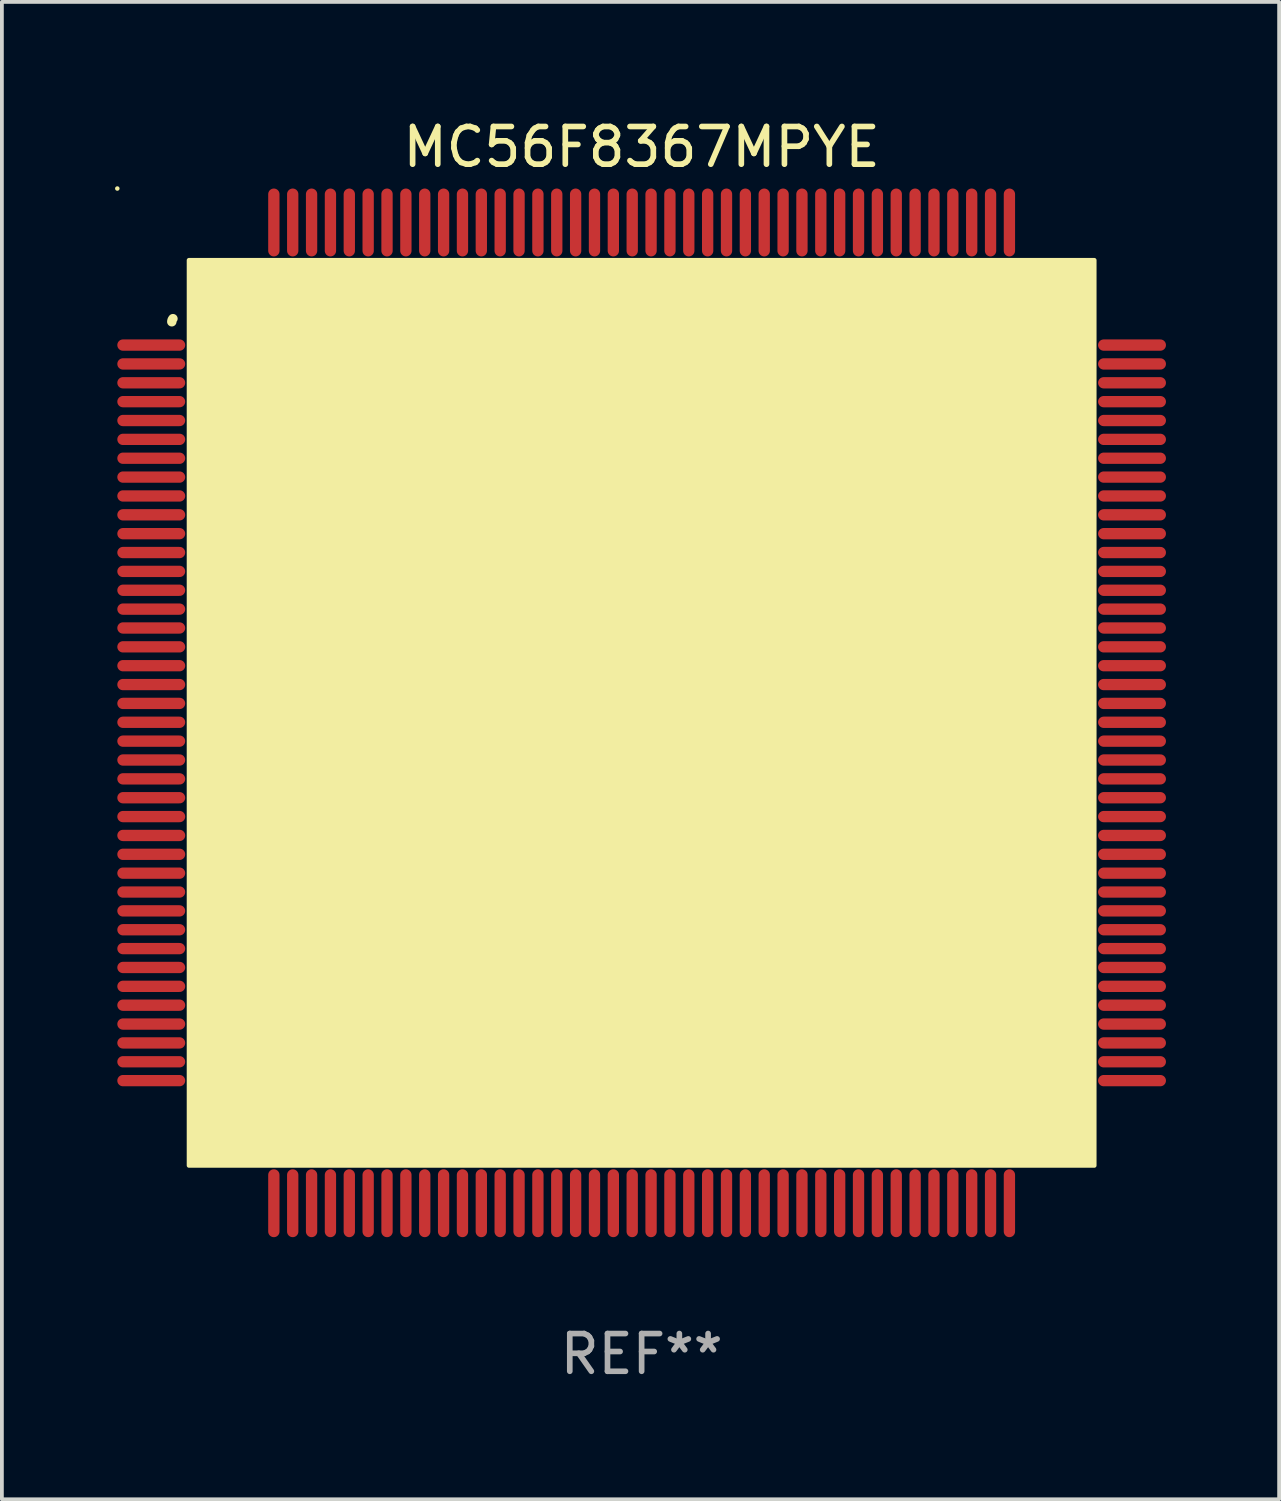
<source format=kicad_pcb>
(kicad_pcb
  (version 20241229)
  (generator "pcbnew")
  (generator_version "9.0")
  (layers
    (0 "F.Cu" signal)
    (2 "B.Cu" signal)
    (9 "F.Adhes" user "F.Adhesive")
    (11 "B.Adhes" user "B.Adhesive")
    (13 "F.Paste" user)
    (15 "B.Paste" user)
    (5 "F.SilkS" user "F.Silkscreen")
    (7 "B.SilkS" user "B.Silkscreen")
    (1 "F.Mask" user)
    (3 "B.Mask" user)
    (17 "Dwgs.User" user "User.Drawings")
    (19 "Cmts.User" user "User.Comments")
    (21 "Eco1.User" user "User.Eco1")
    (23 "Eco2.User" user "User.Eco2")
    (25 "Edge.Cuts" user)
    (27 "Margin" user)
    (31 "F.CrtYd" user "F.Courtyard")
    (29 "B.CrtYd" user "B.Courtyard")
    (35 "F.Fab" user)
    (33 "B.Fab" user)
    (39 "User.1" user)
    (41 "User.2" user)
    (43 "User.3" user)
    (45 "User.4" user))
  (footprint "MC56F8367MPYE"
    (layer "F.Cu")
    (at 13.96 15.848)
    (property "Reference" "MC56F8367MPYE" (at 0 -15 0) (layer "F.SilkS") (effects (font (size 1 1) (thickness 0.15))))
    (attr through_hole)
    (fp_arc (start -12.45555 -10.36792) (mid -12.447715 -10.411692) (end -12.42507 -10.449962) (stroke (width 0.249936) (type solid)) (layer "F.SilkS"))
    (fp_arc (start -9.968885 -10.145161) (mid -9.964159 -10.198324) (end -9.950089 -10.249809) (stroke (width 0.599949) (type solid)) (layer "F.SilkS"))
    (fp_circle (center -13.9 -13.9) (end -13.87 -13.9) (stroke (width 0.06) (type solid)) (fill no) (layer "F.SilkS"))
    (fp_poly (pts (xy -12 -12) (xy 12 -12) (xy 12 12) (xy -12 12)) (stroke (width 0.12) (type solid)) (fill yes) (layer "F.SilkS"))
    (fp_text user "REF**" (at 0 17 0) (layer "F.Fab") (effects (font (size 1 1) (thickness 0.15))))
    (pad "1" smd oval (at -13 -9.75) (size 1.8 0.3) (layers "F.Cu" "F.Mask" "F.Paste"))
    (pad "2" smd oval (at -13 -9.25) (size 1.8 0.3) (layers "F.Cu" "F.Mask" "F.Paste"))
    (pad "3" smd oval (at -13 -8.75) (size 1.8 0.3) (layers "F.Cu" "F.Mask" "F.Paste"))
    (pad "4" smd oval (at -13 -8.25) (size 1.8 0.3) (layers "F.Cu" "F.Mask" "F.Paste"))
    (pad "5" smd oval (at -13 -7.75) (size 1.8 0.3) (layers "F.Cu" "F.Mask" "F.Paste"))
    (pad "6" smd oval (at -13 -7.25) (size 1.8 0.3) (layers "F.Cu" "F.Mask" "F.Paste"))
    (pad "7" smd oval (at -13 -6.75) (size 1.8 0.3) (layers "F.Cu" "F.Mask" "F.Paste"))
    (pad "8" smd oval (at -13 -6.25) (size 1.8 0.3) (layers "F.Cu" "F.Mask" "F.Paste"))
    (pad "9" smd oval (at -13 -5.75) (size 1.8 0.3) (layers "F.Cu" "F.Mask" "F.Paste"))
    (pad "10" smd oval (at -13 -5.25) (size 1.8 0.3) (layers "F.Cu" "F.Mask" "F.Paste"))
    (pad "11" smd oval (at -13 -4.75) (size 1.8 0.3) (layers "F.Cu" "F.Mask" "F.Paste"))
    (pad "12" smd oval (at -13 -4.25) (size 1.8 0.3) (layers "F.Cu" "F.Mask" "F.Paste"))
    (pad "13" smd oval (at -13 -3.75) (size 1.8 0.3) (layers "F.Cu" "F.Mask" "F.Paste"))
    (pad "14" smd oval (at -13 -3.25) (size 1.8 0.3) (layers "F.Cu" "F.Mask" "F.Paste"))
    (pad "15" smd oval (at -13 -2.75) (size 1.8 0.3) (layers "F.Cu" "F.Mask" "F.Paste"))
    (pad "16" smd oval (at -13 -2.25) (size 1.8 0.3) (layers "F.Cu" "F.Mask" "F.Paste"))
    (pad "17" smd oval (at -13 -1.75) (size 1.8 0.3) (layers "F.Cu" "F.Mask" "F.Paste"))
    (pad "18" smd oval (at -13 -1.25) (size 1.8 0.3) (layers "F.Cu" "F.Mask" "F.Paste"))
    (pad "19" smd oval (at -13 -0.75) (size 1.8 0.3) (layers "F.Cu" "F.Mask" "F.Paste"))
    (pad "20" smd oval (at -13 -0.25) (size 1.8 0.3) (layers "F.Cu" "F.Mask" "F.Paste"))
    (pad "21" smd oval (at -13 0.25) (size 1.8 0.3) (layers "F.Cu" "F.Mask" "F.Paste"))
    (pad "22" smd oval (at -13 0.75) (size 1.8 0.3) (layers "F.Cu" "F.Mask" "F.Paste"))
    (pad "23" smd oval (at -13 1.25) (size 1.8 0.3) (layers "F.Cu" "F.Mask" "F.Paste"))
    (pad "24" smd oval (at -13 1.75) (size 1.8 0.3) (layers "F.Cu" "F.Mask" "F.Paste"))
    (pad "25" smd oval (at -13 2.25) (size 1.8 0.3) (layers "F.Cu" "F.Mask" "F.Paste"))
    (pad "26" smd oval (at -13 2.75) (size 1.8 0.3) (layers "F.Cu" "F.Mask" "F.Paste"))
    (pad "27" smd oval (at -13 3.25) (size 1.8 0.3) (layers "F.Cu" "F.Mask" "F.Paste"))
    (pad "28" smd oval (at -13 3.75) (size 1.8 0.3) (layers "F.Cu" "F.Mask" "F.Paste"))
    (pad "29" smd oval (at -13 4.25) (size 1.8 0.3) (layers "F.Cu" "F.Mask" "F.Paste"))
    (pad "30" smd oval (at -13 4.75) (size 1.8 0.3) (layers "F.Cu" "F.Mask" "F.Paste"))
    (pad "31" smd oval (at -13 5.25) (size 1.8 0.3) (layers "F.Cu" "F.Mask" "F.Paste"))
    (pad "32" smd oval (at -13 5.75) (size 1.8 0.3) (layers "F.Cu" "F.Mask" "F.Paste"))
    (pad "33" smd oval (at -13 6.25) (size 1.8 0.3) (layers "F.Cu" "F.Mask" "F.Paste"))
    (pad "34" smd oval (at -13 6.75) (size 1.8 0.3) (layers "F.Cu" "F.Mask" "F.Paste"))
    (pad "35" smd oval (at -13 7.25) (size 1.8 0.3) (layers "F.Cu" "F.Mask" "F.Paste"))
    (pad "36" smd oval (at -13 7.75) (size 1.8 0.3) (layers "F.Cu" "F.Mask" "F.Paste"))
    (pad "37" smd oval (at -13 8.25) (size 1.8 0.3) (layers "F.Cu" "F.Mask" "F.Paste"))
    (pad "38" smd oval (at -13 8.75) (size 1.8 0.3) (layers "F.Cu" "F.Mask" "F.Paste"))
    (pad "39" smd oval (at -13 9.25) (size 1.8 0.3) (layers "F.Cu" "F.Mask" "F.Paste"))
    (pad "40" smd oval (at -13 9.75) (size 1.8 0.3) (layers "F.Cu" "F.Mask" "F.Paste"))
    (pad "41" smd oval (at -9.75 13 90) (size 1.8 0.3) (layers "F.Cu" "F.Mask" "F.Paste"))
    (pad "42" smd oval (at -9.25 13 90) (size 1.8 0.3) (layers "F.Cu" "F.Mask" "F.Paste"))
    (pad "43" smd oval (at -8.75 13 90) (size 1.8 0.3) (layers "F.Cu" "F.Mask" "F.Paste"))
    (pad "44" smd oval (at -8.25 13 90) (size 1.8 0.3) (layers "F.Cu" "F.Mask" "F.Paste"))
    (pad "45" smd oval (at -7.75 13 90) (size 1.8 0.3) (layers "F.Cu" "F.Mask" "F.Paste"))
    (pad "46" smd oval (at -7.25 13 90) (size 1.8 0.3) (layers "F.Cu" "F.Mask" "F.Paste"))
    (pad "47" smd oval (at -6.75 13 90) (size 1.8 0.3) (layers "F.Cu" "F.Mask" "F.Paste"))
    (pad "48" smd oval (at -6.25 13 90) (size 1.8 0.3) (layers "F.Cu" "F.Mask" "F.Paste"))
    (pad "49" smd oval (at -5.75 13 90) (size 1.8 0.3) (layers "F.Cu" "F.Mask" "F.Paste"))
    (pad "50" smd oval (at -5.25 13 90) (size 1.8 0.3) (layers "F.Cu" "F.Mask" "F.Paste"))
    (pad "51" smd oval (at -4.75 13 90) (size 1.8 0.3) (layers "F.Cu" "F.Mask" "F.Paste"))
    (pad "52" smd oval (at -4.25 13 90) (size 1.8 0.3) (layers "F.Cu" "F.Mask" "F.Paste"))
    (pad "53" smd oval (at -3.75 13 90) (size 1.8 0.3) (layers "F.Cu" "F.Mask" "F.Paste"))
    (pad "54" smd oval (at -3.25 13 90) (size 1.8 0.3) (layers "F.Cu" "F.Mask" "F.Paste"))
    (pad "55" smd oval (at -2.75 13 90) (size 1.8 0.3) (layers "F.Cu" "F.Mask" "F.Paste"))
    (pad "56" smd oval (at -2.25 13 90) (size 1.8 0.3) (layers "F.Cu" "F.Mask" "F.Paste"))
    (pad "57" smd oval (at -1.75 13 90) (size 1.8 0.3) (layers "F.Cu" "F.Mask" "F.Paste"))
    (pad "58" smd oval (at -1.25 13 90) (size 1.8 0.3) (layers "F.Cu" "F.Mask" "F.Paste"))
    (pad "59" smd oval (at -0.75 13 90) (size 1.8 0.3) (layers "F.Cu" "F.Mask" "F.Paste"))
    (pad "60" smd oval (at -0.25 13 90) (size 1.8 0.3) (layers "F.Cu" "F.Mask" "F.Paste"))
    (pad "61" smd oval (at 0.25 13 90) (size 1.8 0.3) (layers "F.Cu" "F.Mask" "F.Paste"))
    (pad "62" smd oval (at 0.75 13 90) (size 1.8 0.3) (layers "F.Cu" "F.Mask" "F.Paste"))
    (pad "63" smd oval (at 1.25 13 90) (size 1.8 0.3) (layers "F.Cu" "F.Mask" "F.Paste"))
    (pad "64" smd oval (at 1.75 13 90) (size 1.8 0.3) (layers "F.Cu" "F.Mask" "F.Paste"))
    (pad "65" smd oval (at 2.25 13 90) (size 1.8 0.3) (layers "F.Cu" "F.Mask" "F.Paste"))
    (pad "66" smd oval (at 2.75 13 90) (size 1.8 0.3) (layers "F.Cu" "F.Mask" "F.Paste"))
    (pad "67" smd oval (at 3.25 13 90) (size 1.8 0.3) (layers "F.Cu" "F.Mask" "F.Paste"))
    (pad "68" smd oval (at 3.75 13 90) (size 1.8 0.3) (layers "F.Cu" "F.Mask" "F.Paste"))
    (pad "69" smd oval (at 4.25 13 90) (size 1.8 0.3) (layers "F.Cu" "F.Mask" "F.Paste"))
    (pad "70" smd oval (at 4.75 13 90) (size 1.8 0.3) (layers "F.Cu" "F.Mask" "F.Paste"))
    (pad "71" smd oval (at 5.25 13 90) (size 1.8 0.3) (layers "F.Cu" "F.Mask" "F.Paste"))
    (pad "72" smd oval (at 5.75 13 90) (size 1.8 0.3) (layers "F.Cu" "F.Mask" "F.Paste"))
    (pad "73" smd oval (at 6.25 13 90) (size 1.8 0.3) (layers "F.Cu" "F.Mask" "F.Paste"))
    (pad "74" smd oval (at 6.75 13 90) (size 1.8 0.3) (layers "F.Cu" "F.Mask" "F.Paste"))
    (pad "75" smd oval (at 7.25 13 90) (size 1.8 0.3) (layers "F.Cu" "F.Mask" "F.Paste"))
    (pad "76" smd oval (at 7.75 13 90) (size 1.8 0.3) (layers "F.Cu" "F.Mask" "F.Paste"))
    (pad "77" smd oval (at 8.25 13 90) (size 1.8 0.3) (layers "F.Cu" "F.Mask" "F.Paste"))
    (pad "78" smd oval (at 8.75 13 90) (size 1.8 0.3) (layers "F.Cu" "F.Mask" "F.Paste"))
    (pad "79" smd oval (at 9.25 13 90) (size 1.8 0.3) (layers "F.Cu" "F.Mask" "F.Paste"))
    (pad "80" smd oval (at 9.75 13 90) (size 1.8 0.3) (layers "F.Cu" "F.Mask" "F.Paste"))
    (pad "81" smd oval (at 13 9.75) (size 1.8 0.3) (layers "F.Cu" "F.Mask" "F.Paste"))
    (pad "82" smd oval (at 13 9.25) (size 1.8 0.3) (layers "F.Cu" "F.Mask" "F.Paste"))
    (pad "83" smd oval (at 13 8.75) (size 1.8 0.3) (layers "F.Cu" "F.Mask" "F.Paste"))
    (pad "84" smd oval (at 13 8.25) (size 1.8 0.3) (layers "F.Cu" "F.Mask" "F.Paste"))
    (pad "85" smd oval (at 13 7.75) (size 1.8 0.3) (layers "F.Cu" "F.Mask" "F.Paste"))
    (pad "86" smd oval (at 13 7.25) (size 1.8 0.3) (layers "F.Cu" "F.Mask" "F.Paste"))
    (pad "87" smd oval (at 13 6.75) (size 1.8 0.3) (layers "F.Cu" "F.Mask" "F.Paste"))
    (pad "88" smd oval (at 13 6.25) (size 1.8 0.3) (layers "F.Cu" "F.Mask" "F.Paste"))
    (pad "89" smd oval (at 13 5.75) (size 1.8 0.3) (layers "F.Cu" "F.Mask" "F.Paste"))
    (pad "90" smd oval (at 13 5.25) (size 1.8 0.3) (layers "F.Cu" "F.Mask" "F.Paste"))
    (pad "91" smd oval (at 13 4.75) (size 1.8 0.3) (layers "F.Cu" "F.Mask" "F.Paste"))
    (pad "92" smd oval (at 13 4.25) (size 1.8 0.3) (layers "F.Cu" "F.Mask" "F.Paste"))
    (pad "93" smd oval (at 13 3.75) (size 1.8 0.3) (layers "F.Cu" "F.Mask" "F.Paste"))
    (pad "94" smd oval (at 13 3.25) (size 1.8 0.3) (layers "F.Cu" "F.Mask" "F.Paste"))
    (pad "95" smd oval (at 13 2.75) (size 1.8 0.3) (layers "F.Cu" "F.Mask" "F.Paste"))
    (pad "96" smd oval (at 13 2.25) (size 1.8 0.3) (layers "F.Cu" "F.Mask" "F.Paste"))
    (pad "97" smd oval (at 13 1.75) (size 1.8 0.3) (layers "F.Cu" "F.Mask" "F.Paste"))
    (pad "98" smd oval (at 13 1.25) (size 1.8 0.3) (layers "F.Cu" "F.Mask" "F.Paste"))
    (pad "99" smd oval (at 13 0.75) (size 1.8 0.3) (layers "F.Cu" "F.Mask" "F.Paste"))
    (pad "100" smd oval (at 13 0.25) (size 1.8 0.3) (layers "F.Cu" "F.Mask" "F.Paste"))
    (pad "101" smd oval (at 13 -0.25) (size 1.8 0.3) (layers "F.Cu" "F.Mask" "F.Paste"))
    (pad "102" smd oval (at 13 -0.75) (size 1.8 0.3) (layers "F.Cu" "F.Mask" "F.Paste"))
    (pad "103" smd oval (at 13 -1.25) (size 1.8 0.3) (layers "F.Cu" "F.Mask" "F.Paste"))
    (pad "104" smd oval (at 13 -1.75) (size 1.8 0.3) (layers "F.Cu" "F.Mask" "F.Paste"))
    (pad "105" smd oval (at 13 -2.25) (size 1.8 0.3) (layers "F.Cu" "F.Mask" "F.Paste"))
    (pad "106" smd oval (at 13 -2.75) (size 1.8 0.3) (layers "F.Cu" "F.Mask" "F.Paste"))
    (pad "107" smd oval (at 13 -3.25) (size 1.8 0.3) (layers "F.Cu" "F.Mask" "F.Paste"))
    (pad "108" smd oval (at 13 -3.75) (size 1.8 0.3) (layers "F.Cu" "F.Mask" "F.Paste"))
    (pad "109" smd oval (at 13 -4.25) (size 1.8 0.3) (layers "F.Cu" "F.Mask" "F.Paste"))
    (pad "110" smd oval (at 13 -4.75) (size 1.8 0.3) (layers "F.Cu" "F.Mask" "F.Paste"))
    (pad "111" smd oval (at 13 -5.25) (size 1.8 0.3) (layers "F.Cu" "F.Mask" "F.Paste"))
    (pad "112" smd oval (at 13 -5.75) (size 1.8 0.3) (layers "F.Cu" "F.Mask" "F.Paste"))
    (pad "113" smd oval (at 13 -6.25) (size 1.8 0.3) (layers "F.Cu" "F.Mask" "F.Paste"))
    (pad "114" smd oval (at 13 -6.75) (size 1.8 0.3) (layers "F.Cu" "F.Mask" "F.Paste"))
    (pad "115" smd oval (at 13 -7.25) (size 1.8 0.3) (layers "F.Cu" "F.Mask" "F.Paste"))
    (pad "116" smd oval (at 13 -7.75) (size 1.8 0.3) (layers "F.Cu" "F.Mask" "F.Paste"))
    (pad "117" smd oval (at 13 -8.25) (size 1.8 0.3) (layers "F.Cu" "F.Mask" "F.Paste"))
    (pad "118" smd oval (at 13 -8.75) (size 1.8 0.3) (layers "F.Cu" "F.Mask" "F.Paste"))
    (pad "119" smd oval (at 13 -9.25) (size 1.8 0.3) (layers "F.Cu" "F.Mask" "F.Paste"))
    (pad "120" smd oval (at 13 -9.75) (size 1.8 0.3) (layers "F.Cu" "F.Mask" "F.Paste"))
    (pad "121" smd oval (at 9.75 -13 90) (size 1.8 0.3) (layers "F.Cu" "F.Mask" "F.Paste"))
    (pad "122" smd oval (at 9.25 -13 90) (size 1.8 0.3) (layers "F.Cu" "F.Mask" "F.Paste"))
    (pad "123" smd oval (at 8.75 -13 90) (size 1.8 0.3) (layers "F.Cu" "F.Mask" "F.Paste"))
    (pad "124" smd oval (at 8.25 -13 90) (size 1.8 0.3) (layers "F.Cu" "F.Mask" "F.Paste"))
    (pad "125" smd oval (at 7.75 -13 90) (size 1.8 0.3) (layers "F.Cu" "F.Mask" "F.Paste"))
    (pad "126" smd oval (at 7.25 -13 90) (size 1.8 0.3) (layers "F.Cu" "F.Mask" "F.Paste"))
    (pad "127" smd oval (at 6.75 -13 90) (size 1.8 0.3) (layers "F.Cu" "F.Mask" "F.Paste"))
    (pad "128" smd oval (at 6.25 -13 90) (size 1.8 0.3) (layers "F.Cu" "F.Mask" "F.Paste"))
    (pad "129" smd oval (at 5.75 -13 90) (size 1.8 0.3) (layers "F.Cu" "F.Mask" "F.Paste"))
    (pad "130" smd oval (at 5.25 -13 90) (size 1.8 0.3) (layers "F.Cu" "F.Mask" "F.Paste"))
    (pad "131" smd oval (at 4.75 -13 90) (size 1.8 0.3) (layers "F.Cu" "F.Mask" "F.Paste"))
    (pad "132" smd oval (at 4.25 -13 90) (size 1.8 0.3) (layers "F.Cu" "F.Mask" "F.Paste"))
    (pad "133" smd oval (at 3.75 -13 90) (size 1.8 0.3) (layers "F.Cu" "F.Mask" "F.Paste"))
    (pad "134" smd oval (at 3.25 -13 90) (size 1.8 0.3) (layers "F.Cu" "F.Mask" "F.Paste"))
    (pad "135" smd oval (at 2.75 -13 90) (size 1.8 0.3) (layers "F.Cu" "F.Mask" "F.Paste"))
    (pad "136" smd oval (at 2.25 -13 90) (size 1.8 0.3) (layers "F.Cu" "F.Mask" "F.Paste"))
    (pad "137" smd oval (at 1.75 -13 90) (size 1.8 0.3) (layers "F.Cu" "F.Mask" "F.Paste"))
    (pad "138" smd oval (at 1.25 -13 90) (size 1.8 0.3) (layers "F.Cu" "F.Mask" "F.Paste"))
    (pad "139" smd oval (at 0.75 -13 90) (size 1.8 0.3) (layers "F.Cu" "F.Mask" "F.Paste"))
    (pad "140" smd oval (at 0.25 -13 90) (size 1.8 0.3) (layers "F.Cu" "F.Mask" "F.Paste"))
    (pad "141" smd oval (at -0.25 -13 90) (size 1.8 0.3) (layers "F.Cu" "F.Mask" "F.Paste"))
    (pad "142" smd oval (at -0.75 -13 90) (size 1.8 0.3) (layers "F.Cu" "F.Mask" "F.Paste"))
    (pad "143" smd oval (at -1.25 -13 90) (size 1.8 0.3) (layers "F.Cu" "F.Mask" "F.Paste"))
    (pad "144" smd oval (at -1.75 -13 90) (size 1.8 0.3) (layers "F.Cu" "F.Mask" "F.Paste"))
    (pad "145" smd oval (at -2.25 -13 90) (size 1.8 0.3) (layers "F.Cu" "F.Mask" "F.Paste"))
    (pad "146" smd oval (at -2.75 -13 90) (size 1.8 0.3) (layers "F.Cu" "F.Mask" "F.Paste"))
    (pad "147" smd oval (at -3.25 -13 90) (size 1.8 0.3) (layers "F.Cu" "F.Mask" "F.Paste"))
    (pad "148" smd oval (at -3.75 -13 90) (size 1.8 0.3) (layers "F.Cu" "F.Mask" "F.Paste"))
    (pad "149" smd oval (at -4.25 -13 90) (size 1.8 0.3) (layers "F.Cu" "F.Mask" "F.Paste"))
    (pad "150" smd oval (at -4.75 -13 90) (size 1.8 0.3) (layers "F.Cu" "F.Mask" "F.Paste"))
    (pad "151" smd oval (at -5.25 -13 90) (size 1.8 0.3) (layers "F.Cu" "F.Mask" "F.Paste"))
    (pad "152" smd oval (at -5.75 -13 90) (size 1.8 0.3) (layers "F.Cu" "F.Mask" "F.Paste"))
    (pad "153" smd oval (at -6.25 -13 90) (size 1.8 0.3) (layers "F.Cu" "F.Mask" "F.Paste"))
    (pad "154" smd oval (at -6.75 -13 90) (size 1.8 0.3) (layers "F.Cu" "F.Mask" "F.Paste"))
    (pad "155" smd oval (at -7.25 -13 90) (size 1.8 0.3) (layers "F.Cu" "F.Mask" "F.Paste"))
    (pad "156" smd oval (at -7.75 -13 90) (size 1.8 0.3) (layers "F.Cu" "F.Mask" "F.Paste"))
    (pad "157" smd oval (at -8.25 -13 90) (size 1.8 0.3) (layers "F.Cu" "F.Mask" "F.Paste"))
    (pad "158" smd oval (at -8.75 -13 90) (size 1.8 0.3) (layers "F.Cu" "F.Mask" "F.Paste"))
    (pad "159" smd oval (at -9.25 -13 90) (size 1.8 0.3) (layers "F.Cu" "F.Mask" "F.Paste"))
    (pad "160" smd oval (at -9.75 -13 90) (size 1.8 0.3) (layers "F.Cu" "F.Mask" "F.Paste")))
  (gr_rect
    (start -3 -3)
    (end 30.86 36.697)
    (stroke (width 0.1) (type default))
    (fill no)
    (layer "Edge.Cuts")))
</source>
